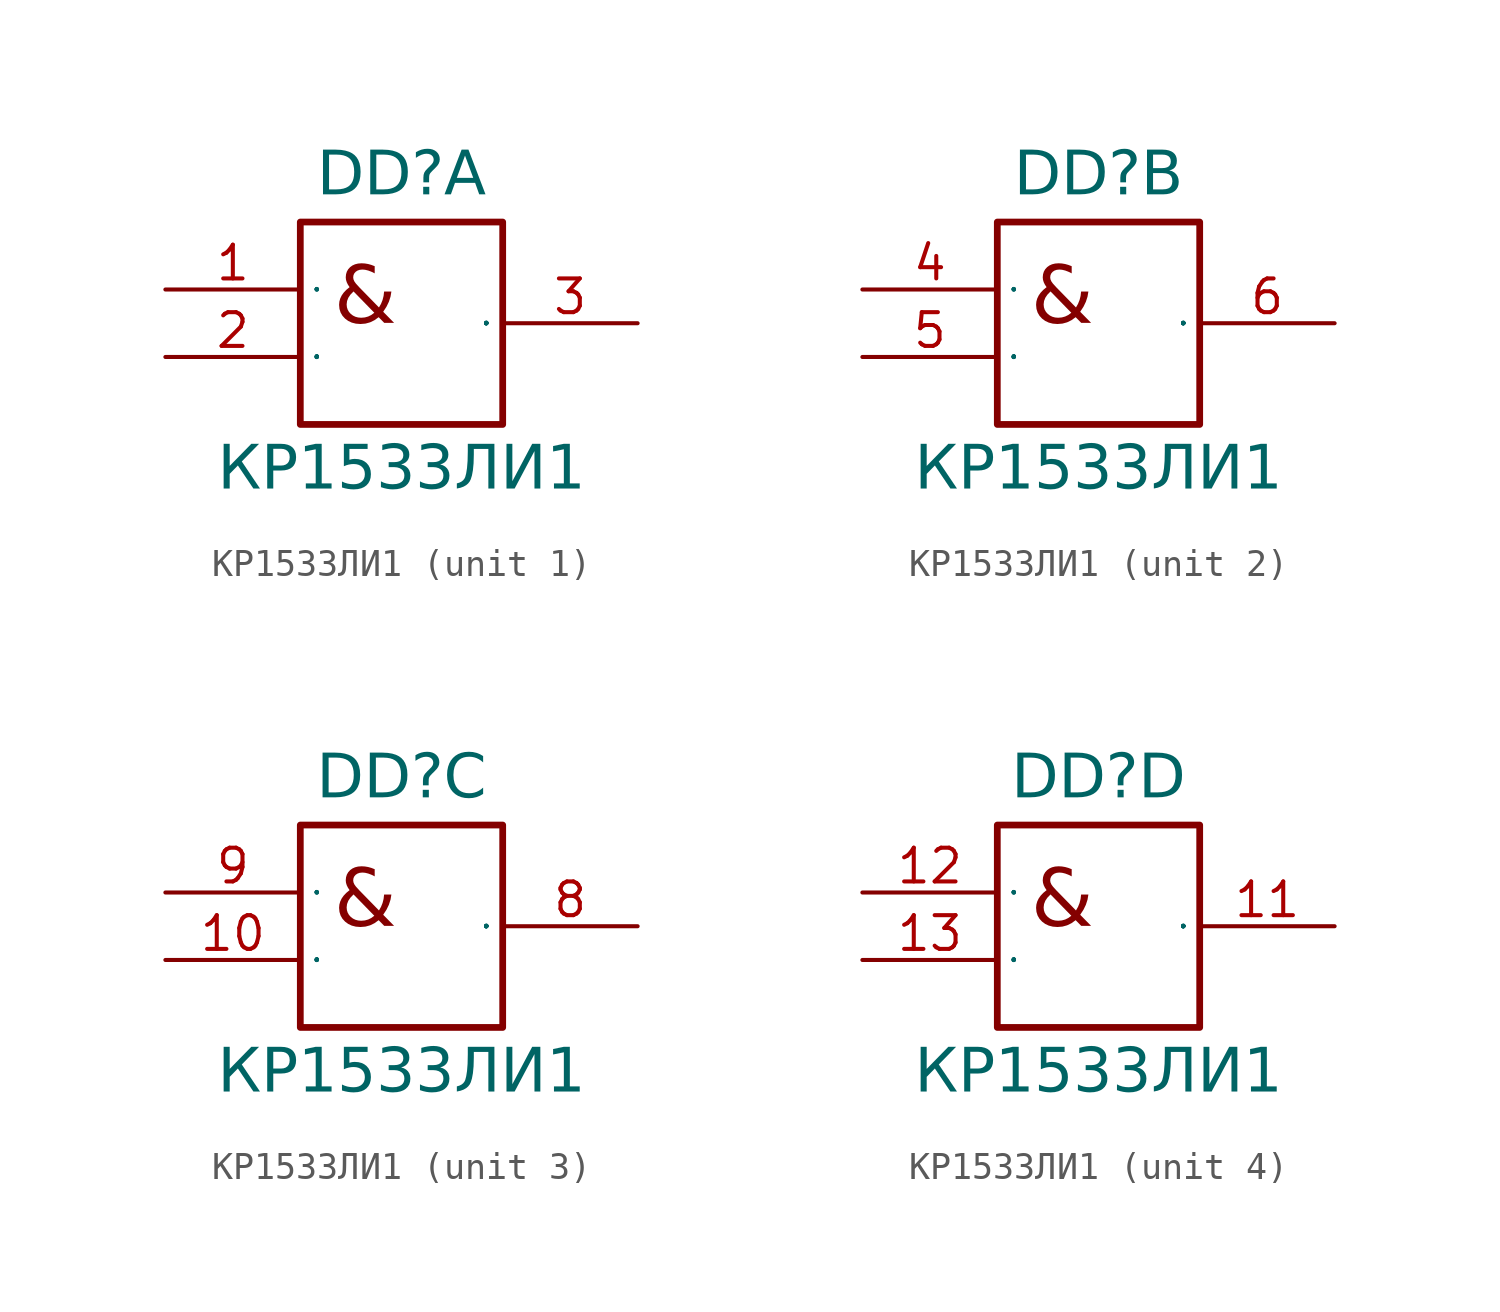
<source format=kicad_sym>
(kicad_symbol_lib
  (version 20241209)
  (generator "kicad_symbol_editor")
  (generator_version "9.0")
  (symbol "КР1533ЛИ1"
    (property "Reference" "DD"
      (at 8.89 3.302 0)
      (do_not_autoplace)
      (effects (font (face "Input Sans Condensed") (size 1.651 1.651)) (justify bottom)))
    (property "Value" "КР1533ЛИ1"
      (at 8.89 -5.842 0)
      (do_not_autoplace)
      (effects (font (face "Input Sans Condensed") (size 1.651 1.651)) (justify top)))
    (symbol "КР1533ЛИ1_0_0"
      (rectangle (start 5.08 2.54) (end 12.7 -5.08) (stroke (width 0.254) (type solid)) (fill (type none))))
    (symbol "КР1533ЛИ1_0_1"
      (text "&" (at 6.35 0.902 0) (effects (font (face "Input Sans Condensed") (size 2.159 2.159)) (justify left top))))
    (symbol "КР1533ЛИ1_1_1"
      (pin input line (at 0 0 0) (length 5.08) (name "1" (effects (font (size 0.025 0.025)))) (number "1" (effects (font (size 1.27 1.27)))))
      (pin input line (at 0 -2.54 0) (length 5.08) (name "2" (effects (font (size 0.025 0.025)))) (number "2" (effects (font (size 1.27 1.27)))))
      (pin power_in line (at 15.24 1.27 180) (length 2.54) (hide yes) (name "VCC" (effects (font (size 0.635 0.635)))) (number "14" (effects (font (size 0.635 0.635)))))
      (pin power_in line (at 15.24 -3.81 180) (length 2.54) (hide yes) (name "GND" (effects (font (size 0.635 0.635)))) (number "7" (effects (font (size 0.635 0.635)))))
      (pin output line (at 17.78 -1.27 180) (length 5.08) (name "3" (effects (font (size 0.025 0.025)))) (number "3" (effects (font (size 1.27 1.27))))))
    (symbol "КР1533ЛИ1_2_1"
      (pin input line (at 0 0 0) (length 5.08) (name "1" (effects (font (size 0.025 0.025)))) (number "4" (effects (font (size 1.27 1.27)))))
      (pin input line (at 0 -2.54 0) (length 5.08) (name "2" (effects (font (size 0.025 0.025)))) (number "5" (effects (font (size 1.27 1.27)))))
      (pin output line (at 17.78 -1.27 180) (length 5.08) (name "3" (effects (font (size 0.025 0.025)))) (number "6" (effects (font (size 1.27 1.27))))))
    (symbol "КР1533ЛИ1_3_1"
      (pin input line (at 0 0 0) (length 5.08) (name "1" (effects (font (size 0.025 0.025)))) (number "9" (effects (font (size 1.27 1.27)))))
      (pin input line (at 0 -2.54 0) (length 5.08) (name "2" (effects (font (size 0.025 0.025)))) (number "10" (effects (font (size 1.27 1.27)))))
      (pin output line (at 17.78 -1.27 180) (length 5.08) (name "3" (effects (font (size 0.025 0.025)))) (number "8" (effects (font (size 1.27 1.27))))))
    (symbol "КР1533ЛИ1_4_1"
      (pin input line (at 0 0 0) (length 5.08) (name "1" (effects (font (size 0.025 0.025)))) (number "12" (effects (font (size 1.27 1.27)))))
      (pin input line (at 0 -2.54 0) (length 5.08) (name "2" (effects (font (size 0.025 0.025)))) (number "13" (effects (font (size 1.27 1.27)))))
      (pin output line (at 17.78 -1.27 180) (length 5.08) (name "3" (effects (font (size 0.025 0.025)))) (number "11" (effects (font (size 1.27 1.27))))))))
</source>
